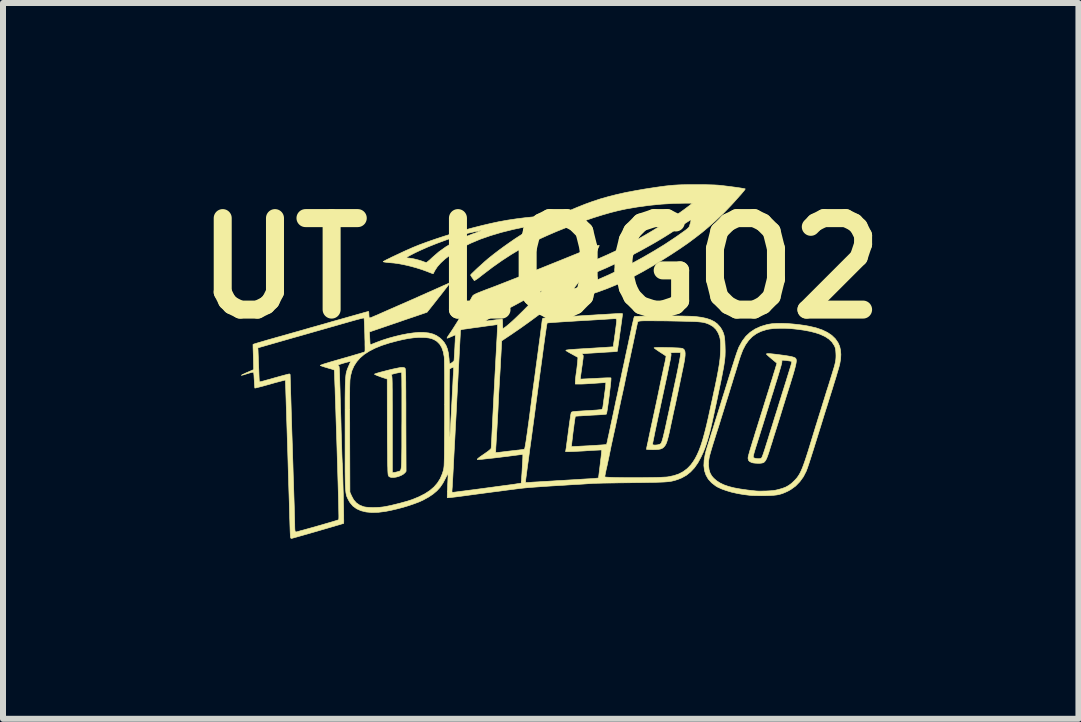
<source format=kicad_pcb>
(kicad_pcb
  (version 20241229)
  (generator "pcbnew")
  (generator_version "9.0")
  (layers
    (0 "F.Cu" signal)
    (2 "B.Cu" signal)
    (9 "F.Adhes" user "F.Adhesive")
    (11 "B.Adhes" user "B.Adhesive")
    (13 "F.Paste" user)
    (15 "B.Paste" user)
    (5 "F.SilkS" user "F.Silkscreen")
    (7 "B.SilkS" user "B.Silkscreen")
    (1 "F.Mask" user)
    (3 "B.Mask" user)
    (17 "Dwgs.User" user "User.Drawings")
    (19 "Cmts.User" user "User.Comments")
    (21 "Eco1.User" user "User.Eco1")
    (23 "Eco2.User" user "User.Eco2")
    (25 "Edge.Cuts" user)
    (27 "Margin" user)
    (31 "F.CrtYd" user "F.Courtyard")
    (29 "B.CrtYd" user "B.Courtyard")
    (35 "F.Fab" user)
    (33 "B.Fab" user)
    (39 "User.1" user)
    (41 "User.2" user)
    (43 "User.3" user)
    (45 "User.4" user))
  (footprint "UT LOGO2"
    (layer "F.Cu")
    (at 5.958 1.418)
    (property "Reference" "UT LOGO2" (at 0 0 0) (layer "F.SilkS") (effects (font (size 1.524 1.524) (thickness 0.3))))
    (attr through_hole)
    (fp_poly (pts (xy -2.277 1.656) (xy -2.265 1.662) (xy -2.262 1.665) (xy -2.26 1.668) (xy -2.257 1.673) (xy -2.256 1.681) (xy -2.254 1.694) (xy -2.253 1.711) (xy -2.251 1.734) (xy -2.25 1.763) (xy -2.249 1.801) (xy -2.249 1.848) (xy -2.248 1.904) (xy -2.248 1.971) (xy -2.247 2.051) (xy -2.247 2.142) (xy -2.246 2.248) (xy -2.246 2.369) (xy -2.246 2.505) (xy -2.246 2.53) (xy -2.243 3.384) (xy -2.261 3.407) (xy -2.288 3.431) (xy -2.325 3.452) (xy -2.367 3.469) (xy -2.412 3.481) (xy -2.455 3.486) (xy -2.493 3.485) (xy -2.521 3.475) (xy -2.524 3.472) (xy -2.531 3.466) (xy -2.536 3.459) (xy -2.54 3.448) (xy -2.543 3.431) (xy -2.545 3.406) (xy -2.547 3.37) (xy -2.548 3.322) (xy -2.55 3.28) (xy -2.551 3.241) (xy -2.552 3.188) (xy -2.552 3.122) (xy -2.553 3.044) (xy -2.554 2.956) (xy -2.555 2.861) (xy -2.555 2.76) (xy -2.556 2.656) (xy -2.556 2.549) (xy -2.556 2.475) (xy -2.557 1.847) (xy -2.664 1.811) (xy -2.703 1.796) (xy -2.736 1.783) (xy -2.748 1.778) (xy -2.49 1.778) (xy -2.487 1.782) (xy -2.484 1.785) (xy -2.482 1.79) (xy -2.48 1.798) (xy -2.479 1.81) (xy -2.477 1.828) (xy -2.476 1.852) (xy -2.475 1.884) (xy -2.474 1.923) (xy -2.474 1.972) (xy -2.473 2.032) (xy -2.473 2.103) (xy -2.473 2.186) (xy -2.472 2.282) (xy -2.472 2.393) (xy -2.472 2.519) (xy -2.472 2.598) (xy -2.472 3.404) (xy -2.448 3.404) (xy -2.426 3.401) (xy -2.397 3.394) (xy -2.383 3.39) (xy -2.372 3.387) (xy -2.362 3.384) (xy -2.353 3.382) (xy -2.346 3.378) (xy -2.339 3.373) (xy -2.334 3.364) (xy -2.329 3.351) (xy -2.325 3.332) (xy -2.322 3.308) (xy -2.32 3.276) (xy -2.318 3.236) (xy -2.317 3.187) (xy -2.316 3.128) (xy -2.315 3.058) (xy -2.314 2.975) (xy -2.314 2.879) (xy -2.314 2.769) (xy -2.314 2.644) (xy -2.313 2.547) (xy -2.313 2.431) (xy -2.313 2.321) (xy -2.313 2.216) (xy -2.313 2.119) (xy -2.313 2.03) (xy -2.314 1.95) (xy -2.314 1.881) (xy -2.315 1.824) (xy -2.316 1.78) (xy -2.316 1.751) (xy -2.317 1.736) (xy -2.318 1.735) (xy -2.328 1.734) (xy -2.351 1.738) (xy -2.383 1.744) (xy -2.412 1.75) (xy -2.451 1.76) (xy -2.476 1.767) (xy -2.488 1.773) (xy -2.49 1.778) (xy -2.748 1.778) (xy -2.759 1.773) (xy -2.77 1.766) (xy -2.77 1.765) (xy -2.762 1.761) (xy -2.74 1.753) (xy -2.707 1.743) (xy -2.665 1.731) (xy -2.617 1.719) (xy -2.565 1.705) (xy -2.513 1.692) (xy -2.462 1.68) (xy -2.415 1.67) (xy -2.375 1.662) (xy -2.345 1.656) (xy -2.333 1.654) (xy -2.299 1.653) (xy -2.277 1.656)) (stroke (width 0.01) (type solid)) (fill yes) (layer "F.SilkS"))
    (fp_poly (pts (xy 2.045 1.321) (xy 2.099 1.322) (xy 2.154 1.323) (xy 2.207 1.325) (xy 2.257 1.327) (xy 2.3 1.329) (xy 2.334 1.332) (xy 2.356 1.335) (xy 2.363 1.337) (xy 2.382 1.349) (xy 2.395 1.365) (xy 2.403 1.388) (xy 2.406 1.419) (xy 2.405 1.458) (xy 2.399 1.509) (xy 2.388 1.573) (xy 2.372 1.652) (xy 2.371 1.659) (xy 2.357 1.723) (xy 2.343 1.793) (xy 2.328 1.863) (xy 2.315 1.928) (xy 2.307 1.964) (xy 2.297 2.014) (xy 2.284 2.076) (xy 2.269 2.145) (xy 2.254 2.217) (xy 2.239 2.287) (xy 2.232 2.316) (xy 2.217 2.384) (xy 2.201 2.457) (xy 2.186 2.53) (xy 2.171 2.598) (xy 2.159 2.656) (xy 2.155 2.675) (xy 2.139 2.749) (xy 2.125 2.808) (xy 2.112 2.855) (xy 2.101 2.892) (xy 2.09 2.921) (xy 2.078 2.944) (xy 2.067 2.961) (xy 2.047 2.984) (xy 2.024 3.001) (xy 1.996 3.012) (xy 1.958 3.019) (xy 1.909 3.022) (xy 1.867 3.023) (xy 1.827 3.022) (xy 1.794 3.021) (xy 1.771 3.019) (xy 1.761 3.017) (xy 1.761 3.016) (xy 1.763 3.007) (xy 1.767 2.983) (xy 1.775 2.947) (xy 1.777 2.935) (xy 1.863 2.935) (xy 1.87 2.942) (xy 1.889 2.946) (xy 1.916 2.946) (xy 1.945 2.943) (xy 1.971 2.937) (xy 1.976 2.935) (xy 1.983 2.932) (xy 1.989 2.93) (xy 1.994 2.927) (xy 1.999 2.923) (xy 2.005 2.916) (xy 2.01 2.907) (xy 2.016 2.893) (xy 2.022 2.875) (xy 2.029 2.851) (xy 2.038 2.82) (xy 2.047 2.783) (xy 2.058 2.737) (xy 2.071 2.682) (xy 2.085 2.618) (xy 2.101 2.543) (xy 2.12 2.456) (xy 2.142 2.357) (xy 2.165 2.245) (xy 2.192 2.119) (xy 2.222 1.978) (xy 2.256 1.821) (xy 2.258 1.812) (xy 2.273 1.74) (xy 2.287 1.672) (xy 2.299 1.609) (xy 2.31 1.554) (xy 2.318 1.508) (xy 2.324 1.475) (xy 2.326 1.458) (xy 2.331 1.405) (xy 2.244 1.405) (xy 2.205 1.406) (xy 2.18 1.407) (xy 2.168 1.409) (xy 2.165 1.413) (xy 2.167 1.418) (xy 2.169 1.421) (xy 2.171 1.425) (xy 2.171 1.432) (xy 2.171 1.443) (xy 2.17 1.457) (xy 2.167 1.476) (xy 2.163 1.502) (xy 2.157 1.534) (xy 2.149 1.574) (xy 2.139 1.623) (xy 2.127 1.681) (xy 2.113 1.75) (xy 2.096 1.83) (xy 2.076 1.922) (xy 2.053 2.028) (xy 2.027 2.148) (xy 1.998 2.283) (xy 1.977 2.383) (xy 1.956 2.479) (xy 1.937 2.569) (xy 1.919 2.653) (xy 1.903 2.728) (xy 1.89 2.794) (xy 1.879 2.849) (xy 1.87 2.892) (xy 1.865 2.921) (xy 1.863 2.934) (xy 1.863 2.935) (xy 1.777 2.935) (xy 1.785 2.901) (xy 1.796 2.848) (xy 1.807 2.794) (xy 1.849 2.599) (xy 1.888 2.419) (xy 1.924 2.252) (xy 1.956 2.101) (xy 1.984 1.966) (xy 1.99 1.935) (xy 2.004 1.869) (xy 2.019 1.799) (xy 2.034 1.731) (xy 2.047 1.668) (xy 2.059 1.616) (xy 2.062 1.602) (xy 2.072 1.557) (xy 2.079 1.518) (xy 2.085 1.488) (xy 2.088 1.47) (xy 2.088 1.466) (xy 2.079 1.459) (xy 2.06 1.445) (xy 2.031 1.426) (xy 1.997 1.404) (xy 1.986 1.397) (xy 1.95 1.373) (xy 1.921 1.353) (xy 1.899 1.337) (xy 1.889 1.328) (xy 1.888 1.327) (xy 1.896 1.324) (xy 1.918 1.322) (xy 1.952 1.321) (xy 1.996 1.321) (xy 2.045 1.321)) (stroke (width 0.01) (type solid)) (fill yes) (layer "F.SilkS"))
    (fp_poly (pts (xy 3.821 1.424) (xy 3.871 1.429) (xy 3.925 1.435) (xy 4.008 1.446) (xy 4.076 1.455) (xy 4.13 1.464) (xy 4.173 1.472) (xy 4.204 1.48) (xy 4.226 1.488) (xy 4.241 1.496) (xy 4.25 1.505) (xy 4.253 1.512) (xy 4.257 1.524) (xy 4.258 1.54) (xy 4.257 1.56) (xy 4.253 1.586) (xy 4.246 1.619) (xy 4.236 1.66) (xy 4.222 1.711) (xy 4.204 1.774) (xy 4.181 1.848) (xy 4.154 1.937) (xy 4.129 2.015) (xy 4.116 2.057) (xy 4.099 2.111) (xy 4.079 2.174) (xy 4.058 2.243) (xy 4.036 2.312) (xy 4.017 2.375) (xy 3.995 2.447) (xy 3.971 2.524) (xy 3.947 2.601) (xy 3.924 2.674) (xy 3.903 2.74) (xy 3.89 2.781) (xy 3.871 2.841) (xy 3.852 2.905) (xy 3.832 2.966) (xy 3.815 3.021) (xy 3.803 3.061) (xy 3.782 3.122) (xy 3.764 3.169) (xy 3.747 3.202) (xy 3.729 3.225) (xy 3.71 3.24) (xy 3.708 3.24) (xy 3.686 3.246) (xy 3.653 3.25) (xy 3.614 3.25) (xy 3.574 3.248) (xy 3.539 3.244) (xy 3.519 3.239) (xy 3.484 3.223) (xy 3.463 3.203) (xy 3.455 3.176) (xy 3.454 3.166) (xy 3.455 3.16) (xy 3.455 3.152) (xy 3.456 3.143) (xy 3.457 3.14) (xy 3.541 3.14) (xy 3.541 3.148) (xy 3.551 3.159) (xy 3.572 3.167) (xy 3.601 3.172) (xy 3.631 3.174) (xy 3.658 3.171) (xy 3.676 3.163) (xy 3.678 3.162) (xy 3.685 3.15) (xy 3.696 3.124) (xy 3.709 3.088) (xy 3.723 3.046) (xy 3.733 3.016) (xy 3.757 2.939) (xy 3.786 2.848) (xy 3.818 2.744) (xy 3.855 2.627) (xy 3.894 2.5) (xy 3.937 2.364) (xy 3.979 2.227) (xy 4.002 2.155) (xy 4.025 2.079) (xy 4.049 2.004) (xy 4.071 1.933) (xy 4.091 1.87) (xy 4.106 1.82) (xy 4.13 1.743) (xy 4.149 1.681) (xy 4.164 1.633) (xy 4.174 1.597) (xy 4.18 1.572) (xy 4.182 1.558) (xy 4.181 1.554) (xy 4.171 1.55) (xy 4.149 1.546) (xy 4.12 1.542) (xy 4.088 1.537) (xy 4.059 1.534) (xy 4.038 1.533) (xy 4.036 1.533) (xy 4.02 1.534) (xy 4.016 1.543) (xy 4.018 1.552) (xy 4.018 1.56) (xy 4.016 1.575) (xy 4.011 1.597) (xy 4.003 1.628) (xy 3.991 1.669) (xy 3.976 1.72) (xy 3.957 1.783) (xy 3.934 1.859) (xy 3.906 1.948) (xy 3.874 2.052) (xy 3.866 2.079) (xy 3.85 2.127) (xy 3.832 2.187) (xy 3.81 2.255) (xy 3.788 2.328) (xy 3.765 2.401) (xy 3.747 2.46) (xy 3.725 2.53) (xy 3.702 2.605) (xy 3.678 2.68) (xy 3.656 2.75) (xy 3.637 2.812) (xy 3.624 2.853) (xy 3.6 2.93) (xy 3.58 2.992) (xy 3.565 3.041) (xy 3.554 3.079) (xy 3.547 3.107) (xy 3.542 3.127) (xy 3.541 3.14) (xy 3.457 3.14) (xy 3.459 3.132) (xy 3.462 3.116) (xy 3.468 3.097) (xy 3.475 3.071) (xy 3.484 3.039) (xy 3.496 2.999) (xy 3.511 2.951) (xy 3.528 2.893) (xy 3.55 2.825) (xy 3.574 2.745) (xy 3.603 2.653) (xy 3.636 2.547) (xy 3.674 2.426) (xy 3.703 2.333) (xy 3.739 2.217) (xy 3.773 2.108) (xy 3.805 2.007) (xy 3.833 1.914) (xy 3.859 1.833) (xy 3.88 1.763) (xy 3.898 1.707) (xy 3.91 1.666) (xy 3.935 1.583) (xy 3.847 1.51) (xy 3.815 1.483) (xy 3.788 1.459) (xy 3.769 1.441) (xy 3.76 1.431) (xy 3.759 1.43) (xy 3.766 1.425) (xy 3.786 1.423) (xy 3.821 1.424)) (stroke (width 0.01) (type solid)) (fill yes) (layer "F.SilkS"))
    (fp_poly (pts (xy 4.108 0.922) (xy 4.207 0.93) (xy 4.309 0.941) (xy 4.409 0.955) (xy 4.467 0.966) (xy 4.585 0.993) (xy 4.688 1.028) (xy 4.776 1.07) (xy 4.849 1.119) (xy 4.908 1.176) (xy 4.953 1.241) (xy 4.98 1.302) (xy 4.994 1.364) (xy 5 1.437) (xy 4.996 1.514) (xy 4.982 1.593) (xy 4.98 1.604) (xy 4.971 1.637) (xy 4.958 1.683) (xy 4.94 1.743) (xy 4.918 1.818) (xy 4.89 1.907) (xy 4.858 2.012) (xy 4.82 2.132) (xy 4.778 2.268) (xy 4.767 2.303) (xy 4.75 2.355) (xy 4.73 2.419) (xy 4.708 2.49) (xy 4.685 2.565) (xy 4.662 2.64) (xy 4.644 2.697) (xy 4.607 2.816) (xy 4.574 2.921) (xy 4.546 3.012) (xy 4.521 3.09) (xy 4.5 3.156) (xy 4.482 3.212) (xy 4.467 3.258) (xy 4.454 3.296) (xy 4.444 3.327) (xy 4.434 3.352) (xy 4.427 3.373) (xy 4.424 3.38) (xy 4.376 3.474) (xy 4.316 3.557) (xy 4.246 3.629) (xy 4.166 3.687) (xy 4.12 3.713) (xy 4.07 3.736) (xy 4.026 3.754) (xy 3.982 3.767) (xy 3.935 3.777) (xy 3.883 3.783) (xy 3.822 3.787) (xy 3.747 3.789) (xy 3.734 3.789) (xy 3.676 3.79) (xy 3.618 3.789) (xy 3.565 3.788) (xy 3.52 3.787) (xy 3.489 3.784) (xy 3.488 3.784) (xy 3.381 3.771) (xy 3.277 3.753) (xy 3.179 3.731) (xy 3.091 3.705) (xy 3.013 3.677) (xy 2.948 3.647) (xy 2.913 3.626) (xy 2.845 3.573) (xy 2.791 3.513) (xy 2.753 3.446) (xy 2.728 3.372) (xy 2.718 3.289) (xy 2.72 3.248) (xy 2.795 3.248) (xy 2.796 3.279) (xy 2.796 3.285) (xy 2.804 3.354) (xy 2.821 3.411) (xy 2.849 3.461) (xy 2.882 3.499) (xy 2.93 3.541) (xy 2.986 3.577) (xy 3.052 3.609) (xy 3.13 3.636) (xy 3.22 3.659) (xy 3.324 3.678) (xy 3.442 3.695) (xy 3.501 3.702) (xy 3.547 3.707) (xy 3.585 3.711) (xy 3.618 3.713) (xy 3.652 3.714) (xy 3.689 3.713) (xy 3.734 3.712) (xy 3.751 3.712) (xy 3.813 3.709) (xy 3.863 3.705) (xy 3.908 3.699) (xy 3.951 3.689) (xy 3.956 3.688) (xy 4.026 3.668) (xy 4.083 3.646) (xy 4.133 3.618) (xy 4.179 3.584) (xy 4.221 3.544) (xy 4.244 3.52) (xy 4.266 3.496) (xy 4.285 3.47) (xy 4.304 3.441) (xy 4.322 3.409) (xy 4.34 3.371) (xy 4.359 3.327) (xy 4.379 3.274) (xy 4.401 3.212) (xy 4.425 3.14) (xy 4.452 3.056) (xy 4.482 2.959) (xy 4.516 2.847) (xy 4.53 2.802) (xy 4.544 2.755) (xy 4.562 2.698) (xy 4.58 2.637) (xy 4.599 2.579) (xy 4.604 2.561) (xy 4.618 2.516) (xy 4.636 2.458) (xy 4.657 2.392) (xy 4.679 2.321) (xy 4.701 2.249) (xy 4.72 2.189) (xy 4.742 2.117) (xy 4.766 2.04) (xy 4.791 1.963) (xy 4.814 1.889) (xy 4.834 1.824) (xy 4.847 1.782) (xy 4.869 1.71) (xy 4.887 1.652) (xy 4.9 1.604) (xy 4.909 1.564) (xy 4.915 1.528) (xy 4.918 1.495) (xy 4.919 1.46) (xy 4.918 1.423) (xy 4.918 1.421) (xy 4.915 1.378) (xy 4.911 1.347) (xy 4.905 1.322) (xy 4.896 1.299) (xy 4.89 1.288) (xy 4.852 1.23) (xy 4.8 1.18) (xy 4.734 1.137) (xy 4.653 1.1) (xy 4.58 1.076) (xy 4.487 1.052) (xy 4.386 1.033) (xy 4.281 1.018) (xy 4.175 1.007) (xy 4.071 1.001) (xy 3.972 1.001) (xy 3.881 1.005) (xy 3.801 1.015) (xy 3.759 1.024) (xy 3.671 1.052) (xy 3.593 1.09) (xy 3.524 1.14) (xy 3.465 1.201) (xy 3.412 1.275) (xy 3.366 1.363) (xy 3.327 1.466) (xy 3.315 1.503) (xy 3.302 1.543) (xy 3.286 1.595) (xy 3.268 1.654) (xy 3.249 1.717) (xy 3.23 1.777) (xy 3.228 1.782) (xy 3.213 1.831) (xy 3.198 1.88) (xy 3.183 1.93) (xy 3.166 1.983) (xy 3.149 2.04) (xy 3.129 2.105) (xy 3.106 2.178) (xy 3.08 2.261) (xy 3.051 2.355) (xy 3.017 2.464) (xy 3.001 2.515) (xy 2.98 2.584) (xy 2.956 2.66) (xy 2.931 2.737) (xy 2.908 2.81) (xy 2.888 2.874) (xy 2.882 2.892) (xy 2.857 2.973) (xy 2.837 3.04) (xy 2.821 3.096) (xy 2.809 3.142) (xy 2.802 3.182) (xy 2.797 3.216) (xy 2.795 3.248) (xy 2.72 3.248) (xy 2.722 3.199) (xy 2.74 3.099) (xy 2.755 3.04) (xy 2.768 2.996) (xy 2.785 2.942) (xy 2.804 2.881) (xy 2.823 2.82) (xy 2.836 2.778) (xy 2.854 2.72) (xy 2.876 2.651) (xy 2.899 2.577) (xy 2.922 2.503) (xy 2.943 2.436) (xy 2.945 2.43) (xy 2.993 2.277) (xy 3.035 2.139) (xy 3.074 2.016) (xy 3.108 1.906) (xy 3.138 1.809) (xy 3.165 1.724) (xy 3.188 1.65) (xy 3.209 1.586) (xy 3.226 1.531) (xy 3.241 1.484) (xy 3.254 1.445) (xy 3.265 1.412) (xy 3.275 1.385) (xy 3.283 1.363) (xy 3.29 1.345) (xy 3.296 1.329) (xy 3.301 1.316) (xy 3.307 1.305) (xy 3.358 1.213) (xy 3.418 1.134) (xy 3.489 1.068) (xy 3.57 1.014) (xy 3.664 0.971) (xy 3.77 0.939) (xy 3.789 0.935) (xy 3.852 0.925) (xy 3.927 0.92) (xy 4.014 0.919) (xy 4.108 0.922)) (stroke (width 0.01) (type solid)) (fill yes) (layer "F.SilkS"))
    (fp_poly (pts (xy 2.671 -1.392) (xy 2.756 -1.391) (xy 2.831 -1.389) (xy 2.895 -1.387) (xy 2.946 -1.384) (xy 2.972 -1.382) (xy 3.036 -1.375) (xy 3.101 -1.367) (xy 3.165 -1.359) (xy 3.226 -1.351) (xy 3.282 -1.343) (xy 3.33 -1.336) (xy 3.368 -1.329) (xy 3.395 -1.324) (xy 3.406 -1.321) (xy 3.407 -1.321) (xy 3.403 -1.313) (xy 3.39 -1.294) (xy 3.367 -1.267) (xy 3.338 -1.232) (xy 3.302 -1.192) (xy 3.262 -1.147) (xy 3.22 -1.1) (xy 3.176 -1.052) (xy 3.132 -1.006) (xy 3.089 -0.961) (xy 3.05 -0.921) (xy 3.017 -0.889) (xy 2.909 -0.787) (xy 2.801 -0.691) (xy 2.69 -0.598) (xy 2.574 -0.508) (xy 2.452 -0.417) (xy 2.32 -0.326) (xy 2.176 -0.231) (xy 2.033 -0.141) (xy 1.863 -0.037) (xy 1.703 0.055) (xy 1.549 0.138) (xy 1.4 0.213) (xy 1.251 0.28) (xy 1.102 0.341) (xy 0.949 0.397) (xy 0.789 0.449) (xy 0.62 0.498) (xy 0.439 0.546) (xy 0.415 0.552) (xy 0.358 0.566) (xy 0.305 0.579) (xy 0.26 0.591) (xy 0.225 0.601) (xy 0.202 0.607) (xy 0.194 0.61) (xy 0.184 0.617) (xy 0.162 0.633) (xy 0.13 0.656) (xy 0.09 0.685) (xy 0.043 0.72) (xy -0.009 0.759) (xy -0.045 0.786) (xy -0.111 0.835) (xy -0.183 0.888) (xy -0.257 0.941) (xy -0.33 0.993) (xy -0.398 1.04) (xy -0.457 1.08) (xy -0.46 1.083) (xy -0.65 1.21) (xy -0.655 1.306) (xy -0.657 1.346) (xy -0.66 1.399) (xy -0.663 1.458) (xy -0.667 1.52) (xy -0.669 1.566) (xy -0.672 1.629) (xy -0.676 1.697) (xy -0.68 1.764) (xy -0.684 1.825) (xy -0.686 1.858) (xy -0.689 1.908) (xy -0.692 1.969) (xy -0.696 2.036) (xy -0.7 2.105) (xy -0.703 2.17) (xy -0.703 2.172) (xy -0.707 2.254) (xy -0.711 2.349) (xy -0.717 2.454) (xy -0.723 2.564) (xy -0.729 2.677) (xy -0.736 2.787) (xy -0.742 2.892) (xy -0.745 2.942) (xy -0.748 2.986) (xy -0.749 3.024) (xy -0.75 3.053) (xy -0.75 3.069) (xy -0.75 3.071) (xy -0.741 3.071) (xy -0.718 3.07) (xy -0.684 3.066) (xy -0.642 3.061) (xy -0.608 3.057) (xy -0.552 3.05) (xy -0.493 3.043) (xy -0.436 3.037) (xy -0.388 3.031) (xy -0.375 3.03) (xy -0.336 3.025) (xy -0.303 3.021) (xy -0.28 3.017) (xy -0.271 3.014) (xy -0.267 3.004) (xy -0.261 2.977) (xy -0.254 2.935) (xy -0.244 2.878) (xy -0.234 2.806) (xy -0.221 2.72) (xy -0.208 2.621) (xy -0.192 2.508) (xy -0.176 2.384) (xy -0.169 2.328) (xy -0.162 2.277) (xy -0.154 2.212) (xy -0.144 2.136) (xy -0.133 2.052) (xy -0.121 1.962) (xy -0.108 1.871) (xy -0.096 1.78) (xy -0.089 1.727) (xy -0.072 1.599) (xy -0.055 1.476) (xy -0.04 1.362) (xy -0.026 1.256) (xy -0.013 1.16) (xy -0.002 1.076) (xy 0.007 1.004) (xy 0.015 0.946) (xy 0.02 0.902) (xy 0.022 0.886) (xy 0.026 0.859) (xy 0.032 0.84) (xy 0.037 0.834) (xy 0.048 0.832) (xy 0.073 0.83) (xy 0.111 0.827) (xy 0.158 0.824) (xy 0.212 0.82) (xy 0.262 0.817) (xy 0.332 0.813) (xy 0.41 0.808) (xy 0.496 0.803) (xy 0.587 0.798) (xy 0.68 0.792) (xy 0.774 0.786) (xy 0.866 0.781) (xy 0.955 0.775) (xy 1.038 0.771) (xy 1.112 0.766) (xy 1.177 0.762) (xy 1.229 0.759) (xy 1.266 0.757) (xy 1.268 0.757) (xy 1.315 0.755) (xy 1.346 0.755) (xy 1.362 0.758) (xy 1.363 0.76) (xy 1.362 0.771) (xy 1.359 0.797) (xy 1.354 0.834) (xy 1.348 0.881) (xy 1.34 0.935) (xy 1.332 0.994) (xy 1.323 1.056) (xy 1.314 1.119) (xy 1.306 1.18) (xy 1.298 1.237) (xy 1.29 1.288) (xy 1.284 1.331) (xy 1.279 1.363) (xy 1.276 1.382) (xy 1.275 1.386) (xy 1.266 1.387) (xy 1.243 1.389) (xy 1.206 1.392) (xy 1.158 1.395) (xy 1.101 1.398) (xy 1.037 1.402) (xy 0.982 1.406) (xy 0.914 1.41) (xy 0.851 1.414) (xy 0.795 1.417) (xy 0.749 1.421) (xy 0.715 1.423) (xy 0.693 1.426) (xy 0.687 1.427) (xy 0.689 1.434) (xy 0.698 1.442) (xy 0.703 1.447) (xy 0.707 1.454) (xy 0.708 1.465) (xy 0.707 1.483) (xy 0.705 1.51) (xy 0.699 1.549) (xy 0.692 1.602) (xy 0.692 1.605) (xy 0.684 1.658) (xy 0.677 1.708) (xy 0.671 1.752) (xy 0.666 1.786) (xy 0.664 1.803) (xy 0.658 1.848) (xy 0.784 1.842) (xy 0.844 1.839) (xy 0.911 1.836) (xy 0.979 1.832) (xy 1.037 1.829) (xy 1.082 1.827) (xy 1.121 1.826) (xy 1.15 1.826) (xy 1.167 1.827) (xy 1.17 1.828) (xy 1.171 1.838) (xy 1.17 1.862) (xy 1.167 1.898) (xy 1.162 1.944) (xy 1.156 1.998) (xy 1.149 2.056) (xy 1.142 2.118) (xy 1.134 2.179) (xy 1.126 2.239) (xy 1.118 2.295) (xy 1.111 2.344) (xy 1.104 2.385) (xy 1.099 2.414) (xy 1.095 2.429) (xy 1.094 2.431) (xy 1.084 2.433) (xy 1.06 2.436) (xy 1.024 2.439) (xy 0.978 2.442) (xy 0.926 2.445) (xy 0.902 2.446) (xy 0.842 2.449) (xy 0.784 2.453) (xy 0.73 2.456) (xy 0.685 2.459) (xy 0.652 2.461) (xy 0.646 2.461) (xy 0.577 2.466) (xy 0.572 2.493) (xy 0.568 2.518) (xy 0.563 2.555) (xy 0.556 2.6) (xy 0.55 2.651) (xy 0.542 2.706) (xy 0.535 2.762) (xy 0.529 2.816) (xy 0.523 2.865) (xy 0.518 2.908) (xy 0.514 2.942) (xy 0.512 2.964) (xy 0.512 2.971) (xy 0.521 2.971) (xy 0.545 2.971) (xy 0.581 2.969) (xy 0.626 2.967) (xy 0.679 2.964) (xy 0.737 2.961) (xy 0.798 2.958) (xy 0.858 2.954) (xy 0.917 2.951) (xy 0.971 2.947) (xy 1.019 2.944) (xy 1.057 2.941) (xy 1.083 2.938) (xy 1.096 2.937) (xy 1.096 2.937) (xy 1.099 2.928) (xy 1.105 2.905) (xy 1.113 2.87) (xy 1.122 2.825) (xy 1.134 2.772) (xy 1.143 2.73) (xy 1.157 2.665) (xy 1.173 2.589) (xy 1.191 2.505) (xy 1.209 2.42) (xy 1.227 2.337) (xy 1.24 2.273) (xy 1.257 2.193) (xy 1.277 2.104) (xy 1.297 2.01) (xy 1.316 1.917) (xy 1.335 1.832) (xy 1.346 1.778) (xy 1.362 1.701) (xy 1.381 1.616) (xy 1.4 1.527) (xy 1.418 1.441) (xy 1.435 1.363) (xy 1.444 1.321) (xy 1.459 1.252) (xy 1.474 1.18) (xy 1.49 1.107) (xy 1.504 1.041) (xy 1.516 0.983) (xy 1.521 0.961) (xy 1.532 0.913) (xy 1.542 0.871) (xy 1.55 0.837) (xy 1.557 0.814) (xy 1.56 0.806) (xy 1.57 0.804) (xy 1.595 0.802) (xy 1.634 0.801) (xy 1.684 0.799) (xy 1.743 0.798) (xy 1.811 0.797) (xy 1.885 0.796) (xy 1.963 0.796) (xy 2.043 0.795) (xy 2.125 0.796) (xy 2.205 0.796) (xy 2.282 0.796) (xy 2.355 0.797) (xy 2.421 0.799) (xy 2.479 0.8) (xy 2.527 0.802) (xy 2.563 0.804) (xy 2.575 0.805) (xy 2.675 0.818) (xy 2.76 0.836) (xy 2.831 0.86) (xy 2.891 0.89) (xy 2.941 0.927) (xy 2.983 0.973) (xy 2.998 0.993) (xy 3.022 1.033) (xy 3.04 1.072) (xy 3.054 1.115) (xy 3.063 1.163) (xy 3.068 1.222) (xy 3.071 1.293) (xy 3.072 1.331) (xy 3.073 1.366) (xy 3.073 1.399) (xy 3.072 1.431) (xy 3.071 1.464) (xy 3.068 1.499) (xy 3.064 1.536) (xy 3.058 1.578) (xy 3.051 1.624) (xy 3.042 1.677) (xy 3.03 1.738) (xy 3.017 1.807) (xy 3.001 1.886) (xy 2.982 1.975) (xy 2.961 2.077) (xy 2.937 2.192) (xy 2.909 2.322) (xy 2.882 2.447) (xy 2.855 2.57) (xy 2.83 2.678) (xy 2.805 2.774) (xy 2.781 2.859) (xy 2.757 2.935) (xy 2.732 3.005) (xy 2.706 3.07) (xy 2.677 3.132) (xy 2.671 3.145) (xy 2.618 3.243) (xy 2.56 3.326) (xy 2.496 3.394) (xy 2.426 3.45) (xy 2.347 3.494) (xy 2.284 3.519) (xy 2.259 3.527) (xy 2.235 3.535) (xy 2.211 3.541) (xy 2.186 3.547) (xy 2.16 3.552) (xy 2.129 3.556) (xy 2.094 3.559) (xy 2.052 3.562) (xy 2.003 3.564) (xy 1.945 3.566) (xy 1.876 3.568) (xy 1.796 3.569) (xy 1.702 3.571) (xy 1.594 3.572) (xy 1.49 3.574) (xy 1.39 3.575) (xy 1.294 3.576) (xy 1.204 3.578) (xy 1.121 3.579) (xy 1.046 3.58) (xy 0.982 3.582) (xy 0.929 3.583) (xy 0.889 3.584) (xy 0.864 3.585) (xy 0.855 3.586) (xy 0.84 3.587) (xy 0.809 3.589) (xy 0.765 3.592) (xy 0.709 3.596) (xy 0.642 3.6) (xy 0.567 3.604) (xy 0.484 3.609) (xy 0.395 3.615) (xy 0.309 3.62) (xy 0.175 3.628) (xy 0.052 3.636) (xy -0.058 3.644) (xy -0.156 3.651) (xy -0.239 3.658) (xy -0.307 3.665) (xy -0.36 3.671) (xy -0.414 3.678) (xy -0.484 3.687) (xy -0.57 3.698) (xy -0.672 3.712) (xy -0.791 3.727) (xy -0.926 3.745) (xy -1.078 3.765) (xy -1.246 3.788) (xy -1.421 3.811) (xy -1.466 3.816) (xy -1.505 3.821) (xy -1.535 3.823) (xy -1.552 3.824) (xy -1.556 3.823) (xy -1.557 3.814) (xy -1.557 3.79) (xy -1.556 3.754) (xy -1.555 3.713) (xy -1.479 3.713) (xy -1.477 3.728) (xy -1.472 3.733) (xy -1.467 3.734) (xy -1.456 3.733) (xy -1.429 3.73) (xy -1.39 3.725) (xy -1.34 3.718) (xy -1.28 3.711) (xy -1.214 3.702) (xy -1.142 3.693) (xy -1.126 3.691) (xy -0.984 3.672) (xy -0.857 3.655) (xy -0.746 3.64) (xy -0.65 3.627) (xy -0.568 3.616) (xy -0.499 3.607) (xy -0.442 3.599) (xy -0.398 3.592) (xy -0.365 3.587) (xy -0.342 3.584) (xy -0.33 3.581) (xy -0.326 3.58) (xy -0.324 3.571) (xy -0.323 3.559) (xy -0.254 3.559) (xy -0.252 3.567) (xy -0.244 3.571) (xy -0.226 3.571) (xy -0.197 3.569) (xy -0.178 3.568) (xy -0.144 3.565) (xy -0.096 3.562) (xy -0.037 3.559) (xy 0.032 3.554) (xy 0.11 3.55) (xy 0.195 3.545) (xy 0.285 3.539) (xy 0.364 3.535) (xy 0.456 3.529) (xy 0.545 3.524) (xy 0.628 3.519) (xy 0.703 3.514) (xy 0.77 3.51) (xy 0.826 3.507) (xy 0.871 3.504) (xy 0.901 3.502) (xy 0.915 3.5) (xy 0.962 3.495) (xy 0.965 3.476) (xy 1.067 3.476) (xy 1.075 3.478) (xy 1.098 3.481) (xy 1.135 3.483) (xy 1.184 3.485) (xy 1.242 3.487) (xy 1.309 3.488) (xy 1.382 3.489) (xy 1.46 3.49) (xy 1.541 3.49) (xy 1.624 3.49) (xy 1.705 3.489) (xy 1.785 3.488) (xy 1.861 3.487) (xy 1.931 3.486) (xy 1.993 3.484) (xy 2.047 3.481) (xy 2.09 3.479) (xy 2.12 3.476) (xy 2.125 3.475) (xy 2.22 3.455) (xy 2.302 3.427) (xy 2.374 3.389) (xy 2.438 3.341) (xy 2.461 3.319) (xy 2.502 3.275) (xy 2.539 3.225) (xy 2.574 3.169) (xy 2.607 3.105) (xy 2.639 3.032) (xy 2.67 2.948) (xy 2.7 2.852) (xy 2.73 2.744) (xy 2.761 2.621) (xy 2.793 2.483) (xy 2.797 2.464) (xy 2.828 2.322) (xy 2.856 2.195) (xy 2.88 2.082) (xy 2.902 1.983) (xy 2.92 1.895) (xy 2.936 1.817) (xy 2.949 1.749) (xy 2.96 1.689) (xy 2.969 1.636) (xy 2.977 1.589) (xy 2.982 1.546) (xy 2.987 1.507) (xy 2.99 1.47) (xy 2.992 1.434) (xy 2.994 1.398) (xy 2.995 1.376) (xy 2.996 1.307) (xy 2.996 1.251) (xy 2.993 1.206) (xy 2.987 1.168) (xy 2.978 1.133) (xy 2.965 1.1) (xy 2.956 1.078) (xy 2.92 1.02) (xy 2.872 0.973) (xy 2.815 0.939) (xy 2.792 0.929) (xy 2.769 0.92) (xy 2.746 0.912) (xy 2.721 0.906) (xy 2.692 0.9) (xy 2.657 0.896) (xy 2.616 0.892) (xy 2.566 0.889) (xy 2.507 0.887) (xy 2.436 0.885) (xy 2.352 0.883) (xy 2.253 0.881) (xy 2.197 0.88) (xy 2.11 0.878) (xy 2.025 0.877) (xy 1.946 0.877) (xy 1.874 0.876) (xy 1.81 0.876) (xy 1.757 0.876) (xy 1.717 0.876) (xy 1.691 0.877) (xy 1.688 0.877) (xy 1.653 0.88) (xy 1.632 0.884) (xy 1.62 0.889) (xy 1.615 0.897) (xy 1.614 0.901) (xy 1.611 0.914) (xy 1.605 0.942) (xy 1.597 0.98) (xy 1.587 1.026) (xy 1.576 1.077) (xy 1.575 1.084) (xy 1.563 1.139) (xy 1.549 1.207) (xy 1.533 1.282) (xy 1.516 1.36) (xy 1.5 1.435) (xy 1.49 1.482) (xy 1.475 1.552) (xy 1.459 1.625) (xy 1.444 1.698) (xy 1.43 1.766) (xy 1.417 1.824) (xy 1.41 1.858) (xy 1.398 1.92) (xy 1.383 1.989) (xy 1.368 2.059) (xy 1.354 2.122) (xy 1.35 2.138) (xy 1.338 2.194) (xy 1.324 2.26) (xy 1.309 2.329) (xy 1.295 2.397) (xy 1.287 2.434) (xy 1.274 2.498) (xy 1.258 2.572) (xy 1.242 2.648) (xy 1.226 2.721) (xy 1.216 2.764) (xy 1.203 2.825) (xy 1.189 2.89) (xy 1.175 2.953) (xy 1.164 3.009) (xy 1.156 3.048) (xy 1.146 3.097) (xy 1.134 3.156) (xy 1.12 3.22) (xy 1.107 3.283) (xy 1.1 3.313) (xy 1.089 3.361) (xy 1.08 3.405) (xy 1.073 3.441) (xy 1.068 3.465) (xy 1.067 3.476) (xy 0.965 3.476) (xy 0.991 3.264) (xy 0.998 3.203) (xy 1.005 3.148) (xy 1.01 3.101) (xy 1.013 3.064) (xy 1.016 3.039) (xy 1.016 3.029) (xy 1.016 3.029) (xy 1.006 3.028) (xy 0.983 3.029) (xy 0.946 3.031) (xy 0.9 3.033) (xy 0.845 3.036) (xy 0.785 3.04) (xy 0.779 3.04) (xy 0.714 3.045) (xy 0.651 3.048) (xy 0.592 3.051) (xy 0.542 3.054) (xy 0.503 3.055) (xy 0.48 3.056) (xy 0.414 3.056) (xy 0.418 3.033) (xy 0.42 3.02) (xy 0.425 2.991) (xy 0.43 2.95) (xy 0.437 2.899) (xy 0.445 2.839) (xy 0.454 2.773) (xy 0.461 2.715) (xy 0.471 2.646) (xy 0.479 2.581) (xy 0.488 2.524) (xy 0.495 2.475) (xy 0.501 2.438) (xy 0.506 2.414) (xy 0.508 2.405) (xy 0.511 2.4) (xy 0.515 2.397) (xy 0.522 2.394) (xy 0.533 2.391) (xy 0.551 2.388) (xy 0.577 2.386) (xy 0.612 2.383) (xy 0.658 2.38) (xy 0.718 2.376) (xy 0.792 2.372) (xy 0.83 2.37) (xy 0.882 2.366) (xy 0.929 2.363) (xy 0.969 2.359) (xy 0.998 2.356) (xy 1.013 2.353) (xy 1.013 2.353) (xy 1.025 2.345) (xy 1.032 2.328) (xy 1.037 2.301) (xy 1.04 2.278) (xy 1.045 2.242) (xy 1.051 2.196) (xy 1.058 2.145) (xy 1.063 2.105) (xy 1.07 2.054) (xy 1.076 2.008) (xy 1.08 1.969) (xy 1.083 1.942) (xy 1.084 1.929) (xy 1.084 1.905) (xy 1.018 1.909) (xy 0.929 1.915) (xy 0.855 1.92) (xy 0.794 1.924) (xy 0.745 1.927) (xy 0.704 1.929) (xy 0.672 1.93) (xy 0.645 1.93) (xy 0.64 1.93) (xy 0.576 1.93) (xy 0.576 1.894) (xy 0.577 1.873) (xy 0.58 1.839) (xy 0.585 1.796) (xy 0.591 1.75) (xy 0.593 1.74) (xy 0.6 1.69) (xy 0.606 1.638) (xy 0.611 1.592) (xy 0.615 1.556) (xy 0.615 1.554) (xy 0.62 1.486) (xy 0.522 1.432) (xy 0.485 1.412) (xy 0.454 1.394) (xy 0.431 1.38) (xy 0.42 1.372) (xy 0.419 1.372) (xy 0.419 1.369) (xy 0.422 1.366) (xy 0.431 1.363) (xy 0.446 1.361) (xy 0.469 1.358) (xy 0.501 1.355) (xy 0.543 1.352) (xy 0.597 1.348) (xy 0.664 1.344) (xy 0.746 1.339) (xy 0.843 1.333) (xy 0.847 1.333) (xy 0.923 1.328) (xy 0.993 1.324) (xy 1.057 1.32) (xy 1.112 1.316) (xy 1.156 1.313) (xy 1.187 1.311) (xy 1.205 1.31) (xy 1.208 1.31) (xy 1.209 1.301) (xy 1.212 1.278) (xy 1.217 1.243) (xy 1.224 1.197) (xy 1.231 1.143) (xy 1.24 1.083) (xy 1.24 1.08) (xy 1.249 1.01) (xy 1.256 0.956) (xy 1.261 0.914) (xy 1.264 0.884) (xy 1.265 0.864) (xy 1.263 0.851) (xy 1.261 0.846) (xy 1.26 0.845) (xy 1.246 0.842) (xy 1.221 0.841) (xy 1.194 0.843) (xy 1.175 0.844) (xy 1.142 0.846) (xy 1.095 0.849) (xy 1.036 0.853) (xy 0.966 0.857) (xy 0.889 0.862) (xy 0.804 0.867) (xy 0.714 0.872) (xy 0.627 0.877) (xy 0.535 0.883) (xy 0.449 0.888) (xy 0.369 0.893) (xy 0.297 0.898) (xy 0.234 0.902) (xy 0.183 0.906) (xy 0.143 0.909) (xy 0.118 0.911) (xy 0.108 0.913) (xy 0.108 0.913) (xy 0.107 0.916) (xy 0.105 0.922) (xy 0.103 0.933) (xy 0.1 0.948) (xy 0.096 0.969) (xy 0.092 0.997) (xy 0.087 1.032) (xy 0.081 1.074) (xy 0.073 1.125) (xy 0.065 1.185) (xy 0.055 1.256) (xy 0.044 1.336) (xy 0.032 1.428) (xy 0.018 1.532) (xy 0.002 1.649) (xy -0.016 1.78) (xy -0.035 1.924) (xy -0.056 2.083) (xy -0.08 2.258) (xy -0.097 2.392) (xy -0.109 2.481) (xy -0.123 2.583) (xy -0.138 2.693) (xy -0.153 2.807) (xy -0.169 2.921) (xy -0.184 3.03) (xy -0.197 3.13) (xy -0.199 3.146) (xy -0.21 3.227) (xy -0.221 3.302) (xy -0.23 3.372) (xy -0.238 3.433) (xy -0.245 3.484) (xy -0.25 3.523) (xy -0.253 3.549) (xy -0.254 3.559) (xy -0.323 3.559) (xy -0.322 3.548) (xy -0.32 3.513) (xy -0.317 3.469) (xy -0.313 3.419) (xy -0.31 3.365) (xy -0.307 3.31) (xy -0.304 3.256) (xy -0.301 3.207) (xy -0.299 3.164) (xy -0.298 3.131) (xy -0.298 3.109) (xy -0.298 3.103) (xy -0.307 3.103) (xy -0.329 3.105) (xy -0.36 3.109) (xy -0.385 3.112) (xy -0.469 3.123) (xy -0.553 3.134) (xy -0.636 3.144) (xy -0.717 3.154) (xy -0.792 3.163) (xy -0.862 3.17) (xy -0.923 3.177) (xy -0.975 3.183) (xy -1.016 3.186) (xy -1.043 3.188) (xy -1.056 3.188) (xy -1.056 3.188) (xy -1.057 3.183) (xy -1.05 3.174) (xy -1.035 3.161) (xy -1.01 3.142) (xy -0.973 3.116) (xy -0.923 3.082) (xy -0.921 3.08) (xy -0.882 3.053) (xy -0.852 3.029) (xy -0.833 3.011) (xy -0.826 3.001) (xy -0.825 2.989) (xy -0.823 2.962) (xy -0.821 2.922) (xy -0.818 2.872) (xy -0.815 2.812) (xy -0.812 2.747) (xy -0.809 2.688) (xy -0.806 2.628) (xy -0.802 2.553) (xy -0.798 2.466) (xy -0.793 2.369) (xy -0.788 2.265) (xy -0.782 2.155) (xy -0.776 2.042) (xy -0.77 1.928) (xy -0.764 1.817) (xy -0.762 1.774) (xy -0.754 1.637) (xy -0.748 1.515) (xy -0.742 1.409) (xy -0.737 1.317) (xy -0.733 1.237) (xy -0.729 1.17) (xy -0.726 1.114) (xy -0.724 1.067) (xy -0.722 1.03) (xy -0.721 1.001) (xy -0.72 0.979) (xy -0.72 0.963) (xy -0.72 0.952) (xy -0.721 0.945) (xy -0.721 0.941) (xy -0.722 0.94) (xy -0.724 0.94) (xy -0.724 0.94) (xy -0.734 0.941) (xy -0.758 0.944) (xy -0.794 0.949) (xy -0.84 0.955) (xy -0.893 0.962) (xy -0.951 0.97) (xy -1.012 0.979) (xy -1.073 0.987) (xy -1.132 0.995) (xy -1.187 1.003) (xy -1.234 1.01) (xy -1.273 1.015) (xy -1.299 1.019) (xy -1.31 1.021) (xy -1.33 1.027) (xy -1.337 1.038) (xy -1.338 1.044) (xy -1.338 1.057) (xy -1.339 1.084) (xy -1.341 1.125) (xy -1.344 1.176) (xy -1.347 1.236) (xy -1.351 1.303) (xy -1.354 1.375) (xy -1.355 1.38) (xy -1.358 1.447) (xy -1.362 1.527) (xy -1.367 1.62) (xy -1.373 1.721) (xy -1.378 1.829) (xy -1.384 1.941) (xy -1.39 2.055) (xy -1.396 2.167) (xy -1.401 2.273) (xy -1.411 2.467) (xy -1.421 2.645) (xy -1.429 2.807) (xy -1.437 2.953) (xy -1.444 3.085) (xy -1.45 3.202) (xy -1.455 3.305) (xy -1.46 3.395) (xy -1.464 3.472) (xy -1.468 3.536) (xy -1.471 3.589) (xy -1.473 3.63) (xy -1.475 3.66) (xy -1.477 3.68) (xy -1.477 3.685) (xy -1.479 3.713) (xy -1.555 3.713) (xy -1.554 3.709) (xy -1.552 3.656) (xy -1.551 3.623) (xy -1.548 3.567) (xy -1.546 3.517) (xy -1.544 3.475) (xy -1.544 3.444) (xy -1.544 3.426) (xy -1.544 3.423) (xy -1.549 3.429) (xy -1.559 3.447) (xy -1.574 3.475) (xy -1.59 3.507) (xy -1.631 3.584) (xy -1.677 3.651) (xy -1.73 3.709) (xy -1.793 3.762) (xy -1.867 3.812) (xy -1.956 3.861) (xy -1.961 3.864) (xy -2.028 3.894) (xy -2.108 3.924) (xy -2.198 3.955) (xy -2.294 3.984) (xy -2.393 4.01) (xy -2.492 4.033) (xy -2.587 4.052) (xy -2.706 4.067) (xy -2.814 4.07) (xy -2.91 4.061) (xy -2.995 4.04) (xy -3.068 4.007) (xy -3.129 3.962) (xy -3.178 3.904) (xy -3.205 3.858) (xy -3.213 3.841) (xy -3.22 3.826) (xy -3.227 3.811) (xy -3.233 3.795) (xy -3.238 3.778) (xy -3.242 3.758) (xy -3.246 3.734) (xy -3.249 3.706) (xy -3.252 3.672) (xy -3.254 3.632) (xy -3.256 3.583) (xy -3.257 3.527) (xy -3.258 3.46) (xy -3.259 3.383) (xy -3.259 3.294) (xy -3.259 3.193) (xy -3.259 3.078) (xy -3.259 2.948) (xy -3.259 2.802) (xy -3.259 2.764) (xy -3.259 2.614) (xy -3.259 2.479) (xy -3.259 2.36) (xy -3.259 2.259) (xy -3.183 2.259) (xy -3.183 2.352) (xy -3.183 2.459) (xy -3.182 2.58) (xy -3.182 2.716) (xy -3.182 2.801) (xy -3.179 3.73) (xy -3.151 3.794) (xy -3.116 3.859) (xy -3.071 3.91) (xy -3.015 3.948) (xy -2.948 3.974) (xy -2.944 3.975) (xy -2.908 3.981) (xy -2.859 3.985) (xy -2.802 3.987) (xy -2.742 3.986) (xy -2.682 3.983) (xy -2.627 3.977) (xy -2.607 3.974) (xy -2.554 3.964) (xy -2.491 3.951) (xy -2.423 3.934) (xy -2.352 3.917) (xy -2.284 3.898) (xy -2.222 3.881) (xy -2.17 3.864) (xy -2.142 3.855) (xy -2.028 3.808) (xy -1.93 3.758) (xy -1.847 3.704) (xy -1.777 3.644) (xy -1.72 3.578) (xy -1.674 3.505) (xy -1.639 3.423) (xy -1.624 3.374) (xy -1.621 3.363) (xy -1.618 3.352) (xy -1.616 3.341) (xy -1.614 3.327) (xy -1.612 3.311) (xy -1.61 3.291) (xy -1.609 3.266) (xy -1.608 3.235) (xy -1.607 3.197) (xy -1.606 3.151) (xy -1.605 3.096) (xy -1.605 3.031) (xy -1.604 2.955) (xy -1.604 2.867) (xy -1.603 2.766) (xy -1.603 2.65) (xy -1.602 2.519) (xy -1.602 2.426) (xy -1.602 2.275) (xy -1.602 2.21) (xy -1.523 2.21) (xy -1.523 2.273) (xy -1.523 2.386) (xy -1.522 2.487) (xy -1.521 2.575) (xy -1.521 2.65) (xy -1.52 2.712) (xy -1.519 2.759) (xy -1.518 2.791) (xy -1.516 2.808) (xy -1.515 2.808) (xy -1.515 2.807) (xy -1.513 2.789) (xy -1.51 2.756) (xy -1.507 2.709) (xy -1.504 2.651) (xy -1.499 2.583) (xy -1.495 2.506) (xy -1.49 2.422) (xy -1.486 2.334) (xy -1.482 2.265) (xy -1.477 2.173) (xy -1.473 2.085) (xy -1.468 2.002) (xy -1.464 1.926) (xy -1.461 1.858) (xy -1.458 1.801) (xy -1.455 1.756) (xy -1.453 1.725) (xy -1.452 1.712) (xy -1.451 1.681) (xy -1.452 1.659) (xy -1.456 1.651) (xy -1.456 1.651) (xy -1.472 1.655) (xy -1.493 1.664) (xy -1.511 1.675) (xy -1.518 1.68) (xy -1.519 1.69) (xy -1.519 1.715) (xy -1.52 1.755) (xy -1.521 1.807) (xy -1.522 1.871) (xy -1.522 1.944) (xy -1.523 2.026) (xy -1.523 2.115) (xy -1.523 2.21) (xy -1.602 2.21) (xy -1.602 2.135) (xy -1.602 2.007) (xy -1.602 1.891) (xy -1.602 1.788) (xy -1.603 1.698) (xy -1.604 1.622) (xy -1.605 1.561) (xy -1.606 1.515) (xy -1.607 1.486) (xy -1.608 1.476) (xy -1.624 1.392) (xy -1.649 1.321) (xy -1.684 1.264) (xy -1.728 1.22) (xy -1.734 1.216) (xy -1.773 1.192) (xy -1.813 1.175) (xy -1.86 1.163) (xy -1.916 1.156) (xy -1.96 1.154) (xy -2.036 1.153) (xy -2.114 1.159) (xy -2.199 1.17) (xy -2.292 1.188) (xy -2.379 1.208) (xy -2.522 1.246) (xy -2.649 1.287) (xy -2.76 1.332) (xy -2.857 1.382) (xy -2.94 1.435) (xy -3.009 1.494) (xy -3.066 1.559) (xy -3.111 1.629) (xy -3.145 1.706) (xy -3.167 1.789) (xy -3.17 1.803) (xy -3.172 1.816) (xy -3.174 1.831) (xy -3.176 1.848) (xy -3.178 1.867) (xy -3.179 1.891) (xy -3.18 1.92) (xy -3.181 1.955) (xy -3.182 1.997) (xy -3.182 2.048) (xy -3.183 2.108) (xy -3.183 2.177) (xy -3.183 2.259) (xy -3.259 2.259) (xy -3.259 2.254) (xy -3.259 2.161) (xy -3.258 2.08) (xy -3.257 2.01) (xy -3.256 1.949) (xy -3.254 1.897) (xy -3.252 1.853) (xy -3.249 1.816) (xy -3.246 1.784) (xy -3.242 1.757) (xy -3.237 1.733) (xy -3.231 1.712) (xy -3.225 1.693) (xy -3.218 1.674) (xy -3.21 1.655) (xy -3.201 1.634) (xy -3.197 1.625) (xy -3.184 1.594) (xy -3.173 1.57) (xy -3.167 1.555) (xy -3.167 1.553) (xy -3.174 1.553) (xy -3.194 1.558) (xy -3.223 1.565) (xy -3.257 1.574) (xy -3.292 1.584) (xy -3.326 1.595) (xy -3.353 1.603) (xy -3.372 1.61) (xy -3.377 1.613) (xy -3.375 1.621) (xy -3.368 1.628) (xy -3.366 1.629) (xy -3.364 1.63) (xy -3.362 1.631) (xy -3.361 1.634) (xy -3.359 1.64) (xy -3.358 1.648) (xy -3.357 1.661) (xy -3.355 1.679) (xy -3.354 1.703) (xy -3.353 1.734) (xy -3.351 1.773) (xy -3.35 1.821) (xy -3.348 1.879) (xy -3.346 1.947) (xy -3.343 2.027) (xy -3.341 2.12) (xy -3.338 2.226) (xy -3.334 2.347) (xy -3.33 2.483) (xy -3.327 2.587) (xy -3.325 2.687) (xy -3.322 2.783) (xy -3.319 2.875) (xy -3.316 2.961) (xy -3.314 3.038) (xy -3.312 3.106) (xy -3.31 3.162) (xy -3.308 3.205) (xy -3.307 3.234) (xy -3.306 3.243) (xy -3.304 3.277) (xy -3.302 3.323) (xy -3.3 3.38) (xy -3.298 3.445) (xy -3.296 3.517) (xy -3.294 3.594) (xy -3.292 3.673) (xy -3.289 3.755) (xy -3.288 3.835) (xy -3.286 3.914) (xy -3.284 3.988) (xy -3.283 4.057) (xy -3.282 4.118) (xy -3.282 4.169) (xy -3.281 4.21) (xy -3.282 4.237) (xy -3.282 4.25) (xy -3.283 4.251) (xy -3.291 4.254) (xy -3.315 4.261) (xy -3.35 4.272) (xy -3.397 4.285) (xy -3.453 4.302) (xy -3.516 4.32) (xy -3.584 4.34) (xy -3.657 4.361) (xy -3.731 4.383) (xy -3.805 4.404) (xy -3.877 4.425) (xy -3.945 4.444) (xy -4.008 4.462) (xy -4.064 4.478) (xy -4.111 4.491) (xy -4.147 4.501) (xy -4.15 4.502) (xy -4.161 4.5) (xy -4.167 4.486) (xy -4.169 4.478) (xy -4.17 4.463) (xy -4.172 4.433) (xy -4.174 4.39) (xy -4.176 4.338) (xy -4.178 4.277) (xy -4.18 4.21) (xy -4.182 4.161) (xy -4.189 3.899) (xy -4.197 3.653) (xy -4.204 3.423) (xy -4.21 3.21) (xy -4.216 3.014) (xy -4.222 2.833) (xy -4.227 2.669) (xy -4.232 2.52) (xy -4.236 2.387) (xy -4.24 2.269) (xy -4.243 2.167) (xy -4.246 2.08) (xy -4.248 2.008) (xy -4.25 1.95) (xy -4.252 1.908) (xy -4.253 1.879) (xy -4.254 1.866) (xy -4.255 1.864) (xy -4.263 1.865) (xy -4.286 1.871) (xy -4.322 1.88) (xy -4.367 1.892) (xy -4.421 1.906) (xy -4.481 1.923) (xy -4.508 1.931) (xy -4.57 1.948) (xy -4.627 1.964) (xy -4.677 1.977) (xy -4.717 1.987) (xy -4.745 1.994) (xy -4.76 1.997) (xy -4.762 1.997) (xy -4.764 1.987) (xy -4.766 1.964) (xy -4.769 1.93) (xy -4.771 1.888) (xy -4.772 1.869) (xy -4.775 1.824) (xy -4.777 1.786) (xy -4.78 1.756) (xy -4.783 1.738) (xy -4.784 1.735) (xy -4.792 1.733) (xy -4.812 1.735) (xy -4.845 1.744) (xy -4.885 1.756) (xy -4.923 1.768) (xy -4.955 1.778) (xy -4.978 1.783) (xy -4.988 1.785) (xy -4.984 1.781) (xy -4.966 1.771) (xy -4.938 1.758) (xy -4.902 1.741) (xy -4.889 1.736) (xy -4.782 1.689) (xy -4.787 1.48) (xy -4.792 1.327) (xy -4.712 1.327) (xy -4.71 1.36) (xy -4.709 1.377) (xy -4.708 1.408) (xy -4.706 1.451) (xy -4.704 1.504) (xy -4.702 1.564) (xy -4.699 1.628) (xy -4.699 1.642) (xy -4.696 1.705) (xy -4.694 1.763) (xy -4.692 1.813) (xy -4.69 1.852) (xy -4.688 1.88) (xy -4.687 1.894) (xy -4.687 1.895) (xy -4.678 1.893) (xy -4.655 1.888) (xy -4.62 1.879) (xy -4.575 1.866) (xy -4.522 1.852) (xy -4.462 1.835) (xy -4.443 1.829) (xy -4.381 1.812) (xy -4.324 1.796) (xy -4.275 1.783) (xy -4.234 1.772) (xy -4.205 1.765) (xy -4.19 1.761) (xy -4.188 1.761) (xy -4.176 1.768) (xy -4.174 1.78) (xy -4.174 1.793) (xy -4.173 1.821) (xy -4.172 1.864) (xy -4.17 1.919) (xy -4.168 1.987) (xy -4.166 2.065) (xy -4.163 2.153) (xy -4.16 2.249) (xy -4.157 2.351) (xy -4.154 2.46) (xy -4.15 2.572) (xy -4.147 2.688) (xy -4.143 2.806) (xy -4.139 2.924) (xy -4.135 3.041) (xy -4.132 3.157) (xy -4.128 3.269) (xy -4.125 3.377) (xy -4.122 3.479) (xy -4.118 3.574) (xy -4.116 3.661) (xy -4.115 3.687) (xy -4.112 3.782) (xy -4.109 3.874) (xy -4.106 3.961) (xy -4.104 4.042) (xy -4.102 4.114) (xy -4.1 4.177) (xy -4.099 4.228) (xy -4.098 4.265) (xy -4.098 4.286) (xy -4.097 4.332) (xy -4.095 4.363) (xy -4.091 4.382) (xy -4.085 4.392) (xy -4.077 4.394) (xy -4.067 4.392) (xy -4.042 4.386) (xy -4.005 4.375) (xy -3.956 4.362) (xy -3.898 4.346) (xy -3.833 4.328) (xy -3.761 4.308) (xy -3.72 4.296) (xy -3.646 4.275) (xy -3.578 4.255) (xy -3.516 4.237) (xy -3.462 4.221) (xy -3.419 4.208) (xy -3.387 4.198) (xy -3.369 4.192) (xy -3.366 4.19) (xy -3.365 4.185) (xy -3.364 4.171) (xy -3.363 4.149) (xy -3.363 4.117) (xy -3.364 4.076) (xy -3.365 4.024) (xy -3.366 3.961) (xy -3.368 3.886) (xy -3.37 3.8) (xy -3.373 3.7) (xy -3.376 3.588) (xy -3.38 3.461) (xy -3.384 3.32) (xy -3.389 3.165) (xy -3.394 2.993) (xy -3.4 2.806) (xy -3.404 2.688) (xy -3.409 2.538) (xy -3.413 2.403) (xy -3.417 2.284) (xy -3.421 2.178) (xy -3.424 2.086) (xy -3.426 2.007) (xy -3.429 1.939) (xy -3.431 1.882) (xy -3.433 1.834) (xy -3.434 1.795) (xy -3.435 1.765) (xy -3.436 1.741) (xy -3.437 1.723) (xy -3.438 1.711) (xy -3.439 1.703) (xy -3.44 1.698) (xy -3.441 1.696) (xy -3.441 1.695) (xy -3.45 1.692) (xy -3.473 1.684) (xy -3.506 1.674) (xy -3.545 1.663) (xy -3.558 1.659) (xy -3.599 1.647) (xy -3.633 1.636) (xy -3.658 1.627) (xy -3.671 1.621) (xy -3.672 1.62) (xy -3.665 1.615) (xy -3.644 1.607) (xy -3.611 1.595) (xy -3.567 1.582) (xy -3.516 1.566) (xy -3.461 1.55) (xy -3.354 1.519) (xy -3.263 1.493) (xy -3.185 1.471) (xy -3.121 1.452) (xy -3.068 1.436) (xy -3.025 1.424) (xy -2.993 1.414) (xy -2.968 1.406) (xy -2.95 1.401) (xy -2.939 1.396) (xy -2.932 1.393) (xy -2.929 1.392) (xy -2.928 1.382) (xy -2.927 1.357) (xy -2.927 1.321) (xy -2.928 1.275) (xy -2.928 1.222) (xy -2.93 1.164) (xy -2.931 1.105) (xy -2.933 1.045) (xy -2.935 0.988) (xy -2.937 0.936) (xy -2.939 0.892) (xy -2.941 0.858) (xy -2.943 0.836) (xy -2.945 0.829) (xy -2.954 0.83) (xy -2.978 0.835) (xy -3.013 0.844) (xy -3.06 0.856) (xy -3.114 0.871) (xy -3.175 0.888) (xy -3.213 0.899) (xy -3.266 0.914) (xy -3.333 0.933) (xy -3.412 0.956) (xy -3.501 0.981) (xy -3.598 1.009) (xy -3.701 1.038) (xy -3.809 1.069) (xy -3.917 1.1) (xy -4.026 1.131) (xy -4.094 1.15) (xy -4.712 1.327) (xy -4.792 1.327) (xy -4.793 1.27) (xy -4.774 1.262) (xy -4.761 1.258) (xy -4.735 1.25) (xy -4.695 1.238) (xy -4.645 1.224) (xy -4.586 1.206) (xy -4.52 1.187) (xy -4.448 1.167) (xy -4.411 1.156) (xy -4.342 1.137) (xy -4.26 1.114) (xy -4.166 1.087) (xy -4.063 1.058) (xy -3.954 1.027) (xy -3.841 0.994) (xy -3.726 0.962) (xy -3.613 0.93) (xy -3.503 0.898) (xy -3.472 0.889) (xy -3.375 0.862) (xy -3.283 0.836) (xy -3.196 0.811) (xy -3.117 0.789) (xy -3.047 0.769) (xy -2.986 0.752) (xy -2.937 0.738) (xy -2.9 0.728) (xy -2.877 0.722) (xy -2.869 0.72) (xy -2.865 0.727) (xy -2.863 0.748) (xy -2.862 0.775) (xy -2.86 0.808) (xy -2.856 0.826) (xy -2.851 0.83) (xy -2.84 0.826) (xy -2.816 0.818) (xy -2.784 0.804) (xy -2.744 0.787) (xy -2.726 0.78) (xy -2.666 0.753) (xy -2.596 0.722) (xy -2.521 0.689) (xy -2.443 0.655) (xy -2.366 0.621) (xy -2.292 0.589) (xy -2.226 0.56) (xy -2.17 0.535) (xy -2.142 0.523) (xy -2.11 0.509) (xy -2.065 0.489) (xy -2.01 0.464) (xy -1.948 0.437) (xy -1.882 0.407) (xy -1.815 0.378) (xy -1.791 0.367) (xy -1.729 0.339) (xy -1.672 0.314) (xy -1.622 0.291) (xy -1.58 0.273) (xy -1.549 0.259) (xy -1.53 0.25) (xy -1.525 0.248) (xy -1.518 0.247) (xy -1.521 0.257) (xy -1.522 0.259) (xy -1.53 0.27) (xy -1.546 0.291) (xy -1.57 0.323) (xy -1.6 0.361) (xy -1.634 0.406) (xy -1.672 0.454) (xy -1.711 0.503) (xy -1.75 0.553) (xy -1.787 0.6) (xy -1.822 0.644) (xy -1.849 0.678) (xy -1.894 0.734) (xy -2.122 0.812) (xy -2.194 0.836) (xy -2.276 0.864) (xy -2.364 0.895) (xy -2.453 0.925) (xy -2.538 0.954) (xy -2.602 0.976) (xy -2.854 1.062) (xy -2.848 1.168) (xy -2.846 1.209) (xy -2.844 1.242) (xy -2.842 1.265) (xy -2.841 1.276) (xy -2.841 1.276) (xy -2.834 1.273) (xy -2.813 1.266) (xy -2.782 1.254) (xy -2.745 1.239) (xy -2.735 1.235) (xy -2.637 1.199) (xy -2.534 1.166) (xy -2.428 1.137) (xy -2.323 1.112) (xy -2.221 1.092) (xy -2.124 1.078) (xy -2.037 1.07) (xy -1.961 1.069) (xy -1.947 1.07) (xy -1.865 1.079) (xy -1.794 1.097) (xy -1.734 1.124) (xy -1.679 1.162) (xy -1.648 1.19) (xy -1.607 1.238) (xy -1.576 1.29) (xy -1.553 1.349) (xy -1.537 1.419) (xy -1.528 1.501) (xy -1.527 1.507) (xy -1.525 1.543) (xy -1.522 1.571) (xy -1.519 1.588) (xy -1.518 1.592) (xy -1.501 1.587) (xy -1.48 1.574) (xy -1.46 1.558) (xy -1.446 1.543) (xy -1.444 1.539) (xy -1.443 1.525) (xy -1.441 1.498) (xy -1.439 1.46) (xy -1.436 1.415) (xy -1.433 1.364) (xy -1.43 1.312) (xy -1.428 1.261) (xy -1.425 1.214) (xy -1.424 1.175) (xy -1.423 1.146) (xy -1.422 1.133) (xy -1.422 1.11) (xy -1.487 1.139) (xy -1.518 1.152) (xy -1.543 1.162) (xy -1.558 1.166) (xy -1.56 1.166) (xy -1.559 1.159) (xy -1.55 1.142) (xy -1.535 1.118) (xy -1.534 1.117) (xy -1.509 1.081) (xy -1.477 1.033) (xy -1.44 0.975) (xy -1.399 0.91) (xy -1.377 0.875) (xy -0.918 0.875) (xy -0.917 0.879) (xy -0.902 0.879) (xy -0.874 0.876) (xy -0.836 0.872) (xy -0.793 0.866) (xy -0.779 0.864) (xy -0.735 0.858) (xy -0.696 0.853) (xy -0.667 0.849) (xy -0.65 0.847) (xy -0.647 0.847) (xy -0.641 0.85) (xy -0.638 0.862) (xy -0.636 0.885) (xy -0.635 0.923) (xy -0.635 0.927) (xy -0.634 0.962) (xy -0.632 0.989) (xy -0.63 1.005) (xy -0.628 1.008) (xy -0.619 1.002) (xy -0.6 0.988) (xy -0.573 0.968) (xy -0.542 0.942) (xy -0.537 0.938) (xy -0.51 0.915) (xy -0.473 0.882) (xy -0.429 0.841) (xy -0.38 0.794) (xy -0.328 0.743) (xy -0.275 0.691) (xy -0.25 0.665) (xy -0.179 0.594) (xy -0.12 0.534) (xy -0.072 0.484) (xy -0.035 0.445) (xy -0.009 0.415) (xy 0.008 0.394) (xy 0.015 0.381) (xy 0.015 0.377) (xy 0.007 0.379) (xy -0.014 0.389) (xy -0.045 0.405) (xy -0.085 0.427) (xy -0.131 0.452) (xy -0.162 0.469) (xy -0.432 0.616) (xy -0.702 0.757) (xy -0.779 0.797) (xy -0.836 0.826) (xy -0.878 0.849) (xy -0.905 0.865) (xy -0.918 0.875) (xy -1.377 0.875) (xy -1.357 0.841) (xy -1.313 0.771) (xy -1.271 0.701) (xy -1.232 0.635) (xy -1.197 0.574) (xy -1.168 0.523) (xy -1.153 0.495) (xy -1.146 0.483) (xy -1.141 0.472) (xy -1.135 0.463) (xy -1.127 0.454) (xy -1.117 0.446) (xy -1.101 0.437) (xy -1.08 0.426) (xy -1.051 0.413) (xy -1.013 0.398) (xy -0.965 0.379) (xy -0.906 0.356) (xy -0.852 0.336) (xy 0.553 0.336) (xy 0.558 0.338) (xy 0.573 0.336) (xy 0.599 0.328) (xy 0.637 0.315) (xy 0.688 0.297) (xy 0.753 0.272) (xy 0.764 0.268) (xy 0.942 0.195) (xy 1.129 0.113) (xy 1.32 0.022) (xy 1.512 -0.076) (xy 1.701 -0.179) (xy 1.886 -0.286) (xy 2.061 -0.393) (xy 2.224 -0.501) (xy 2.28 -0.539) (xy 2.336 -0.579) (xy 2.38 -0.61) (xy 2.413 -0.634) (xy 2.438 -0.653) (xy 2.455 -0.669) (xy 2.467 -0.681) (xy 2.474 -0.693) (xy 2.479 -0.705) (xy 2.483 -0.719) (xy 2.485 -0.726) (xy 2.494 -0.755) (xy 2.5 -0.779) (xy 2.503 -0.79) (xy 2.503 -0.802) (xy 2.498 -0.804) (xy 2.489 -0.8) (xy 2.468 -0.787) (xy 2.437 -0.767) (xy 2.398 -0.742) (xy 2.353 -0.712) (xy 2.322 -0.691) (xy 2.233 -0.631) (xy 2.146 -0.575) (xy 2.06 -0.521) (xy 1.972 -0.468) (xy 1.879 -0.413) (xy 1.779 -0.357) (xy 1.669 -0.296) (xy 1.547 -0.231) (xy 1.521 -0.217) (xy 1.37 -0.138) (xy 1.228 -0.068) (xy 1.09 -0.004) (xy 0.952 0.055) (xy 0.809 0.112) (xy 0.767 0.128) (xy 0.692 0.156) (xy 0.628 0.237) (xy 0.603 0.269) (xy 0.58 0.298) (xy 0.564 0.319) (xy 0.555 0.33) (xy 0.553 0.336) (xy -0.852 0.336) (xy -0.833 0.329) (xy -0.749 0.297) (xy -0.662 0.263) (xy -0.57 0.227) (xy -0.471 0.188) (xy -0.363 0.146) (xy -0.248 0.1) (xy -0.122 0.05) (xy 0.015 -0.004) (xy 0.163 -0.064) (xy 0.325 -0.129) (xy 0.5 -0.2) (xy 0.611 -0.245) (xy 0.698 -0.28) (xy 0.77 -0.309) (xy 0.828 -0.332) (xy 0.875 -0.35) (xy 0.911 -0.363) (xy 0.938 -0.373) (xy 0.956 -0.378) (xy 0.967 -0.38) (xy 0.973 -0.379) (xy 0.974 -0.377) (xy 0.97 -0.364) (xy 0.957 -0.337) (xy 0.936 -0.297) (xy 0.906 -0.243) (xy 0.895 -0.222) (xy 0.874 -0.184) (xy 0.857 -0.152) (xy 0.845 -0.129) (xy 0.84 -0.116) (xy 0.84 -0.114) (xy 0.85 -0.115) (xy 0.873 -0.122) (xy 0.908 -0.136) (xy 0.952 -0.154) (xy 1.003 -0.176) (xy 1.06 -0.201) (xy 1.121 -0.228) (xy 1.183 -0.257) (xy 1.246 -0.286) (xy 1.306 -0.315) (xy 1.361 -0.343) (xy 1.405 -0.366) (xy 1.518 -0.427) (xy 1.634 -0.492) (xy 1.75 -0.558) (xy 1.862 -0.624) (xy 1.967 -0.688) (xy 2.062 -0.748) (xy 2.098 -0.772) (xy 2.139 -0.8) (xy 2.186 -0.833) (xy 2.239 -0.869) (xy 2.293 -0.908) (xy 2.346 -0.946) (xy 2.396 -0.982) (xy 2.44 -1.015) (xy 2.476 -1.042) (xy 2.5 -1.061) (xy 2.502 -1.062) (xy 2.527 -1.083) (xy 2.4 -1.083) (xy 2.21 -1.079) (xy 2.012 -1.067) (xy 1.811 -1.047) (xy 1.612 -1.02) (xy 1.42 -0.987) (xy 1.295 -0.96) (xy 1.168 -0.928) (xy 1.029 -0.888) (xy 0.882 -0.842) (xy 0.729 -0.79) (xy 0.573 -0.734) (xy 0.417 -0.674) (xy 0.265 -0.613) (xy 0.119 -0.55) (xy -0.018 -0.488) (xy -0.144 -0.426) (xy -0.169 -0.413) (xy -0.332 -0.324) (xy -0.489 -0.23) (xy -0.643 -0.13) (xy -0.798 -0.021) (xy -0.957 0.1) (xy -1.006 0.138) (xy -1.04 0.165) (xy -1.07 0.186) (xy -1.093 0.2) (xy -1.106 0.207) (xy -1.108 0.206) (xy -1.115 0.195) (xy -1.129 0.175) (xy -1.141 0.159) (xy -1.156 0.136) (xy -1.166 0.119) (xy -1.168 0.113) (xy -1.162 0.105) (xy -1.146 0.088) (xy -1.12 0.063) (xy -1.089 0.033) (xy -1.052 -0.002) (xy -1.013 -0.037) (xy -0.973 -0.073) (xy -0.935 -0.108) (xy -0.9 -0.138) (xy -0.871 -0.163) (xy -0.867 -0.166) (xy -0.788 -0.229) (xy -0.702 -0.295) (xy -0.612 -0.361) (xy -0.52 -0.426) (xy -0.429 -0.489) (xy -0.341 -0.546) (xy -0.258 -0.598) (xy -0.184 -0.642) (xy -0.123 -0.675) (xy -0.094 -0.691) (xy -0.069 -0.706) (xy -0.055 -0.715) (xy -0.049 -0.72) (xy -0.045 -0.723) (xy -0.045 -0.726) (xy -0.05 -0.726) (xy -0.062 -0.725) (xy -0.084 -0.721) (xy -0.116 -0.715) (xy -0.16 -0.707) (xy -0.219 -0.696) (xy -0.25 -0.69) (xy -0.459 -0.646) (xy -0.655 -0.597) (xy -0.839 -0.542) (xy -1.008 -0.483) (xy -1.163 -0.418) (xy -1.303 -0.349) (xy -1.407 -0.288) (xy -1.509 -0.219) (xy -1.596 -0.152) (xy -1.666 -0.088) (xy -1.721 -0.026) (xy -1.761 0.035) (xy -1.762 0.037) (xy -1.776 0.063) (xy -1.786 0.083) (xy -1.791 0.092) (xy -1.791 0.092) (xy -1.799 0.09) (xy -1.82 0.083) (xy -1.851 0.071) (xy -1.887 0.057) (xy -1.889 0.056) (xy -1.976 0.024) (xy -2.071 -0.006) (xy -2.169 -0.033) (xy -2.267 -0.056) (xy -2.359 -0.074) (xy -2.443 -0.086) (xy -2.468 -0.088) (xy -2.528 -0.093) (xy -2.572 -0.098) (xy -2.602 -0.102) (xy -2.619 -0.106) (xy -2.625 -0.11) (xy -2.625 -0.11) (xy -2.617 -0.115) (xy -2.597 -0.126) (xy -2.565 -0.143) (xy -2.523 -0.163) (xy -2.493 -0.178) (xy -2.235 -0.178) (xy -2.228 -0.172) (xy -2.209 -0.169) (xy -2.203 -0.169) (xy -2.172 -0.166) (xy -2.129 -0.159) (xy -2.081 -0.148) (xy -2.032 -0.135) (xy -1.987 -0.121) (xy -1.973 -0.116) (xy -1.943 -0.105) (xy -1.919 -0.097) (xy -1.906 -0.094) (xy -1.896 -0.099) (xy -1.877 -0.115) (xy -1.85 -0.137) (xy -1.819 -0.166) (xy -1.804 -0.18) (xy -1.698 -0.272) (xy -1.579 -0.357) (xy -1.445 -0.435) (xy -1.297 -0.506) (xy -1.134 -0.571) (xy -1.107 -0.58) (xy -1.066 -0.595) (xy -1.032 -0.608) (xy -1.008 -0.618) (xy -0.995 -0.623) (xy -0.994 -0.625) (xy -1.004 -0.625) (xy -1.027 -0.621) (xy -1.061 -0.615) (xy -1.103 -0.607) (xy -1.149 -0.597) (xy -1.198 -0.586) (xy -1.245 -0.574) (xy -1.288 -0.563) (xy -1.321 -0.554) (xy -1.455 -0.513) (xy -1.595 -0.464) (xy -1.737 -0.411) (xy -1.875 -0.356) (xy -2.004 -0.299) (xy -2.089 -0.259) (xy -2.134 -0.236) (xy -2.174 -0.215) (xy -2.206 -0.198) (xy -2.227 -0.185) (xy -2.235 -0.178) (xy -2.235 -0.178) (xy -2.493 -0.178) (xy -2.475 -0.187) (xy -2.422 -0.212) (xy -2.366 -0.238) (xy -2.309 -0.265) (xy -2.253 -0.291) (xy -2.2 -0.314) (xy -2.153 -0.335) (xy -2.138 -0.342) (xy -2.022 -0.389) (xy -1.892 -0.437) (xy -1.751 -0.486) (xy -1.602 -0.535) (xy -1.447 -0.583) (xy -1.29 -0.629) (xy -1.133 -0.672) (xy -0.979 -0.711) (xy -0.83 -0.746) (xy -0.69 -0.776) (xy -0.677 -0.778) (xy -0.549 -0.801) (xy -0.409 -0.822) (xy -0.259 -0.841) (xy -0.105 -0.857) (xy 0.05 -0.871) (xy 0.182 -0.879) (xy 0.309 -0.886) (xy 0.47 -0.956) (xy 0.61 -1.015) (xy 0.743 -1.068) (xy 0.873 -1.115) (xy 1.002 -1.157) (xy 1.133 -1.194) (xy 1.268 -1.228) (xy 1.41 -1.26) (xy 1.563 -1.289) (xy 1.728 -1.318) (xy 1.825 -1.333) (xy 1.923 -1.348) (xy 2.008 -1.36) (xy 2.084 -1.37) (xy 2.152 -1.377) (xy 2.217 -1.383) (xy 2.282 -1.387) (xy 2.35 -1.39) (xy 2.425 -1.391) (xy 2.51 -1.392) (xy 2.578 -1.392) (xy 2.671 -1.392)) (stroke (width 0.01) (type solid)) (fill yes) (layer "F.SilkS")))
  (gr_rect
    (start -3 -3)
    (end 14.916 8.925)
    (stroke (width 0.1) (type default))
    (fill no)
    (layer "Edge.Cuts")))
</source>
